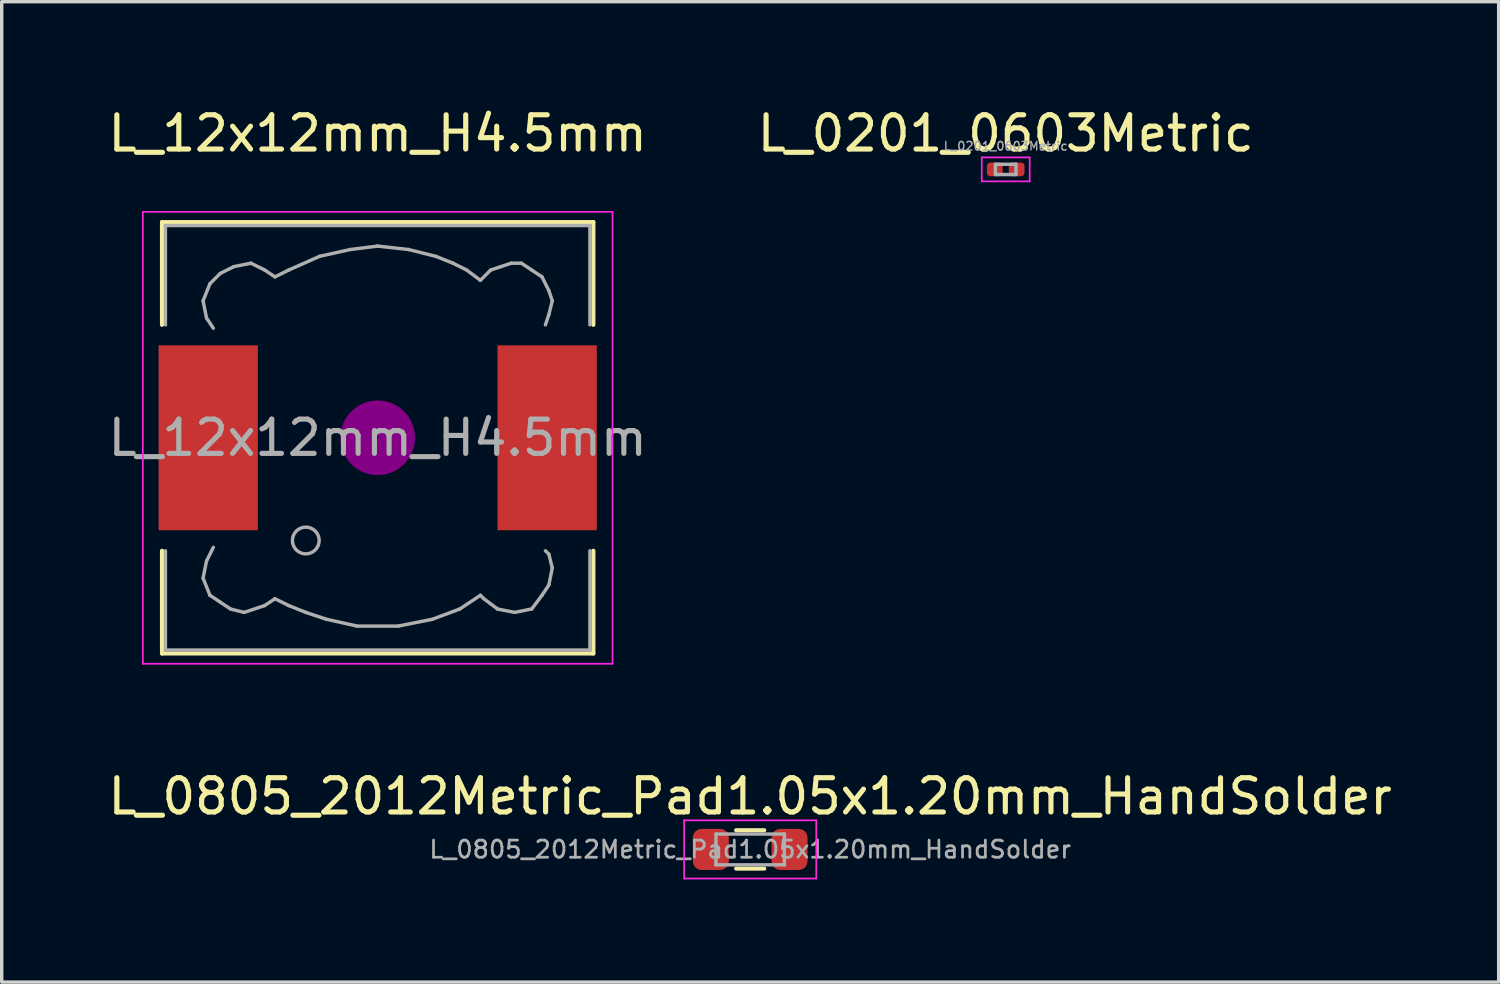
<source format=kicad_pcb>
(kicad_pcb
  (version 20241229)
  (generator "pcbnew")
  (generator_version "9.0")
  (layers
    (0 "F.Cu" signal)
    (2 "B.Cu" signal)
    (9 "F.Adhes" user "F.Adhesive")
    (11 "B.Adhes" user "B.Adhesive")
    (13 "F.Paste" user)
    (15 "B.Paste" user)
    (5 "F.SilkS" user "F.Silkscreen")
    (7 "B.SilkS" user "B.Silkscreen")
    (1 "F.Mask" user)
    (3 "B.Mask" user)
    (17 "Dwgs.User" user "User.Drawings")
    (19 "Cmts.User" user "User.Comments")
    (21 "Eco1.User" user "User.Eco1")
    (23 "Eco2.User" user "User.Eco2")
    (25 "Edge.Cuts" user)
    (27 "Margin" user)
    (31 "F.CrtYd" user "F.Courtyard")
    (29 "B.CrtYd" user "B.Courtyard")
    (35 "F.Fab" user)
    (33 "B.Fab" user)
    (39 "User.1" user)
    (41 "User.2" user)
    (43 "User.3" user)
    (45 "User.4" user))
  (footprint "L_12x12mm_H4.5mm"
    (layer "F.Cu")
    (at 7.982 9.738)
    (property "Reference" "L_12x12mm_H4.5mm" (at 0 -8.89 0) (layer "F.SilkS") (effects (font (size 1 1) (thickness 0.15))))
    (attr smd)
    (fp_line (start -6.3 -6.3) (end 6.3 -6.3) (stroke (width 0.12) (type solid)) (layer "F.SilkS"))
    (fp_line (start -6.3 -3.3) (end -6.3 -6.3) (stroke (width 0.12) (type solid)) (layer "F.SilkS"))
    (fp_line (start -6.3 6.3) (end -6.3 3.3) (stroke (width 0.12) (type solid)) (layer "F.SilkS"))
    (fp_line (start 6.3 -6.3) (end 6.3 -3.3) (stroke (width 0.12) (type solid)) (layer "F.SilkS"))
    (fp_line (start 6.3 3.3) (end 6.3 6.3) (stroke (width 0.12) (type solid)) (layer "F.SilkS"))
    (fp_line (start 6.3 6.3) (end -6.3 6.3) (stroke (width 0.12) (type solid)) (layer "F.SilkS"))
    (fp_circle (center 0 0) (end 0.15 0.15) (stroke (width 0.38) (type solid)) (fill no) (layer "F.Adhes"))
    (fp_circle (center 0 0) (end 0.55 0) (stroke (width 0.38) (type solid)) (fill no) (layer "F.Adhes"))
    (fp_circle (center 0 0) (end 0.9 0) (stroke (width 0.38) (type solid)) (fill no) (layer "F.Adhes"))
    (fp_line (start -6.86 -6.6) (end 6.86 -6.6) (stroke (width 0.05) (type solid)) (layer "F.CrtYd"))
    (fp_line (start -6.86 6.6) (end -6.86 -6.6) (stroke (width 0.05) (type solid)) (layer "F.CrtYd"))
    (fp_line (start 6.86 -6.6) (end 6.86 6.6) (stroke (width 0.05) (type solid)) (layer "F.CrtYd"))
    (fp_line (start 6.86 6.6) (end -6.86 6.6) (stroke (width 0.05) (type solid)) (layer "F.CrtYd"))
    (fp_line (start -6.2 -6.2) (end -6.2 -3.3) (stroke (width 0.1) (type solid)) (layer "F.Fab"))
    (fp_line (start -6.2 3.3) (end -6.2 6.2) (stroke (width 0.1) (type solid)) (layer "F.Fab"))
    (fp_line (start -6.2 6.2) (end 6.2 6.2) (stroke (width 0.1) (type solid)) (layer "F.Fab"))
    (fp_line (start -5.1 -4) (end -5 -3.5) (stroke (width 0.1) (type solid)) (layer "F.Fab"))
    (fp_line (start -5.1 4.1) (end -5 3.6) (stroke (width 0.1) (type solid)) (layer "F.Fab"))
    (fp_line (start -5 -3.5) (end -4.8 -3.2) (stroke (width 0.1) (type solid)) (layer "F.Fab"))
    (fp_line (start -5 3.6) (end -4.8 3.2) (stroke (width 0.1) (type solid)) (layer "F.Fab"))
    (fp_line (start -4.9 -4.5) (end -5.1 -4) (stroke (width 0.1) (type solid)) (layer "F.Fab"))
    (fp_line (start -4.9 4.6) (end -5.1 4.1) (stroke (width 0.1) (type solid)) (layer "F.Fab"))
    (fp_line (start -4.6 -4.8) (end -4.9 -4.5) (stroke (width 0.1) (type solid)) (layer "F.Fab"))
    (fp_line (start -4.6 4.8) (end -4.9 4.6) (stroke (width 0.1) (type solid)) (layer "F.Fab"))
    (fp_line (start -4.3 5) (end -4.6 4.8) (stroke (width 0.1) (type solid)) (layer "F.Fab"))
    (fp_line (start -4.2 -5) (end -4.6 -4.8) (stroke (width 0.1) (type solid)) (layer "F.Fab"))
    (fp_line (start -3.9 5.1) (end -4.3 5) (stroke (width 0.1) (type solid)) (layer "F.Fab"))
    (fp_line (start -3.7 -5.1) (end -4.2 -5) (stroke (width 0.1) (type solid)) (layer "F.Fab"))
    (fp_line (start -3.3 -4.9) (end -3.7 -5.1) (stroke (width 0.1) (type solid)) (layer "F.Fab"))
    (fp_line (start -3.3 4.9) (end -3.9 5.1) (stroke (width 0.1) (type solid)) (layer "F.Fab"))
    (fp_line (start -3 -4.7) (end -3.3 -4.9) (stroke (width 0.1) (type solid)) (layer "F.Fab"))
    (fp_line (start -3 4.7) (end -3.3 4.9) (stroke (width 0.1) (type solid)) (layer "F.Fab"))
    (fp_line (start -2.6 -4.9) (end -3 -4.7) (stroke (width 0.1) (type solid)) (layer "F.Fab"))
    (fp_line (start -2.6 4.9) (end -3 4.7) (stroke (width 0.1) (type solid)) (layer "F.Fab"))
    (fp_line (start -2.1 5.1) (end -2.6 4.9) (stroke (width 0.1) (type solid)) (layer "F.Fab"))
    (fp_line (start -1.7 -5.3) (end -2.6 -4.9) (stroke (width 0.1) (type solid)) (layer "F.Fab"))
    (fp_line (start -1.5 5.3) (end -2.1 5.1) (stroke (width 0.1) (type solid)) (layer "F.Fab"))
    (fp_line (start -0.8 -5.5) (end -1.7 -5.3) (stroke (width 0.1) (type solid)) (layer "F.Fab"))
    (fp_line (start -0.6 5.5) (end -1.5 5.3) (stroke (width 0.1) (type solid)) (layer "F.Fab"))
    (fp_line (start 0 -5.6) (end -0.8 -5.5) (stroke (width 0.1) (type solid)) (layer "F.Fab"))
    (fp_line (start 0.6 5.5) (end -0.6 5.5) (stroke (width 0.1) (type solid)) (layer "F.Fab"))
    (fp_line (start 0.9 -5.5) (end 0 -5.6) (stroke (width 0.1) (type solid)) (layer "F.Fab"))
    (fp_line (start 1.6 5.3) (end 0.6 5.5) (stroke (width 0.1) (type solid)) (layer "F.Fab"))
    (fp_line (start 1.7 -5.3) (end 0.9 -5.5) (stroke (width 0.1) (type solid)) (layer "F.Fab"))
    (fp_line (start 2.2 -5.1) (end 1.7 -5.3) (stroke (width 0.1) (type solid)) (layer "F.Fab"))
    (fp_line (start 2.4 5) (end 1.6 5.3) (stroke (width 0.1) (type solid)) (layer "F.Fab"))
    (fp_line (start 2.6 -4.9) (end 2.2 -5.1) (stroke (width 0.1) (type solid)) (layer "F.Fab"))
    (fp_line (start 3 -4.6) (end 2.6 -4.9) (stroke (width 0.1) (type solid)) (layer "F.Fab"))
    (fp_line (start 3 4.6) (end 2.4 5) (stroke (width 0.1) (type solid)) (layer "F.Fab"))
    (fp_line (start 3.1 4.7) (end 3 4.6) (stroke (width 0.1) (type solid)) (layer "F.Fab"))
    (fp_line (start 3.3 -4.9) (end 3 -4.6) (stroke (width 0.1) (type solid)) (layer "F.Fab"))
    (fp_line (start 3.5 5) (end 3.1 4.7) (stroke (width 0.1) (type solid)) (layer "F.Fab"))
    (fp_line (start 3.6 -5) (end 3.3 -4.9) (stroke (width 0.1) (type solid)) (layer "F.Fab"))
    (fp_line (start 3.9 -5.1) (end 3.6 -5) (stroke (width 0.1) (type solid)) (layer "F.Fab"))
    (fp_line (start 4 5.1) (end 3.5 5) (stroke (width 0.1) (type solid)) (layer "F.Fab"))
    (fp_line (start 4.2 -5.1) (end 3.9 -5.1) (stroke (width 0.1) (type solid)) (layer "F.Fab"))
    (fp_line (start 4.5 -4.9) (end 4.2 -5.1) (stroke (width 0.1) (type solid)) (layer "F.Fab"))
    (fp_line (start 4.5 5) (end 4 5.1) (stroke (width 0.1) (type solid)) (layer "F.Fab"))
    (fp_line (start 4.8 -4.7) (end 4.5 -4.9) (stroke (width 0.1) (type solid)) (layer "F.Fab"))
    (fp_line (start 4.8 4.6) (end 4.5 5) (stroke (width 0.1) (type solid)) (layer "F.Fab"))
    (fp_line (start 4.9 -3.3) (end 5 -3.6) (stroke (width 0.1) (type solid)) (layer "F.Fab"))
    (fp_line (start 4.9 3.3) (end 5 3.4) (stroke (width 0.1) (type solid)) (layer "F.Fab"))
    (fp_line (start 5 -4.3) (end 4.8 -4.7) (stroke (width 0.1) (type solid)) (layer "F.Fab"))
    (fp_line (start 5 -3.6) (end 5.1 -4) (stroke (width 0.1) (type solid)) (layer "F.Fab"))
    (fp_line (start 5 3.4) (end 5.1 3.8) (stroke (width 0.1) (type solid)) (layer "F.Fab"))
    (fp_line (start 5 4.3) (end 4.8 4.6) (stroke (width 0.1) (type solid)) (layer "F.Fab"))
    (fp_line (start 5.1 -4) (end 5 -4.3) (stroke (width 0.1) (type solid)) (layer "F.Fab"))
    (fp_line (start 5.1 3.8) (end 5 4.3) (stroke (width 0.1) (type solid)) (layer "F.Fab"))
    (fp_line (start 6.2 -6.2) (end -6.2 -6.2) (stroke (width 0.1) (type solid)) (layer "F.Fab"))
    (fp_line (start 6.2 -6.2) (end 6.2 -3.3) (stroke (width 0.1) (type solid)) (layer "F.Fab"))
    (fp_line (start 6.2 6.2) (end 6.2 3.3) (stroke (width 0.1) (type solid)) (layer "F.Fab"))
    (fp_circle (center -2.1 3) (end -1.8 3.25) (stroke (width 0.1) (type solid)) (fill no) (layer "F.Fab"))
    (fp_text user "${REFERENCE}" (at 0 0 0) (layer "F.Fab") (effects (font (size 1 1) (thickness 0.15))))
    (pad "1" smd rect (at -4.95 0) (size 2.9 5.4) (layers "F.Cu" "F.Mask" "F.Paste"))
    (pad "2" smd rect (at 4.95 0) (size 2.9 5.4) (layers "F.Cu" "F.Mask" "F.Paste")))
  (footprint "L_0805_2012Metric_Pad1.05x1.20mm_HandSolder"
    (layer "F.Cu")
    (at 18.863 21.762)
    (property "Reference" "L_0805_2012Metric_Pad1.05x1.20mm_HandSolder" (at 0 -1.55 0) (layer "F.SilkS") (effects (font (size 1 1) (thickness 0.15))))
    (attr smd)
    (fp_line (start -0.41 -0.56) (end 0.41 -0.56) (stroke (width 0.12) (type solid)) (layer "F.SilkS"))
    (fp_line (start -0.41 0.56) (end 0.41 0.56) (stroke (width 0.12) (type solid)) (layer "F.SilkS"))
    (fp_line (start -1.93 -0.85) (end 1.93 -0.85) (stroke (width 0.05) (type solid)) (layer "F.CrtYd"))
    (fp_line (start -1.93 0.85) (end -1.93 -0.85) (stroke (width 0.05) (type solid)) (layer "F.CrtYd"))
    (fp_line (start 1.93 -0.85) (end 1.93 0.85) (stroke (width 0.05) (type solid)) (layer "F.CrtYd"))
    (fp_line (start 1.93 0.85) (end -1.93 0.85) (stroke (width 0.05) (type solid)) (layer "F.CrtYd"))
    (fp_line (start -1 -0.45) (end 1 -0.45) (stroke (width 0.1) (type solid)) (layer "F.Fab"))
    (fp_line (start -1 0.45) (end -1 -0.45) (stroke (width 0.1) (type solid)) (layer "F.Fab"))
    (fp_line (start 1 -0.45) (end 1 0.45) (stroke (width 0.1) (type solid)) (layer "F.Fab"))
    (fp_line (start 1 0.45) (end -1 0.45) (stroke (width 0.1) (type solid)) (layer "F.Fab"))
    (fp_text user "${REFERENCE}" (at 0 0 0) (layer "F.Fab") (effects (font (size 0.5 0.5) (thickness 0.08))))
    (pad "1" smd roundrect (at -1.15 0) (size 1.05 1.2) (layers "F.Cu" "F.Mask" "F.Paste") (roundrect_rratio 0.238))
    (pad "2" smd roundrect (at 1.15 0) (size 1.05 1.2) (layers "F.Cu" "F.Mask" "F.Paste") (roundrect_rratio 0.238)))
  (footprint "L_0201_0603Metric"
    (layer "F.Cu")
    (at 26.327 1.898)
    (property "Reference" "L_0201_0603Metric" (at 0 -1.05 0) (layer "F.SilkS") (effects (font (size 1 1) (thickness 0.15))))
    (attr smd)
    (fp_line (start -0.7 -0.35) (end 0.7 -0.35) (stroke (width 0.05) (type solid)) (layer "F.CrtYd"))
    (fp_line (start -0.7 0.35) (end -0.7 -0.35) (stroke (width 0.05) (type solid)) (layer "F.CrtYd"))
    (fp_line (start 0.7 -0.35) (end 0.7 0.35) (stroke (width 0.05) (type solid)) (layer "F.CrtYd"))
    (fp_line (start 0.7 0.35) (end -0.7 0.35) (stroke (width 0.05) (type solid)) (layer "F.CrtYd"))
    (fp_line (start -0.3 -0.15) (end 0.3 -0.15) (stroke (width 0.1) (type solid)) (layer "F.Fab"))
    (fp_line (start -0.3 0.15) (end -0.3 -0.15) (stroke (width 0.1) (type solid)) (layer "F.Fab"))
    (fp_line (start 0.3 -0.15) (end 0.3 0.15) (stroke (width 0.1) (type solid)) (layer "F.Fab"))
    (fp_line (start 0.3 0.15) (end -0.3 0.15) (stroke (width 0.1) (type solid)) (layer "F.Fab"))
    (fp_text user "${REFERENCE}" (at 0 -0.68 0) (layer "F.Fab") (effects (font (size 0.25 0.25) (thickness 0.04))))
    (pad "" smd roundrect (at -0.345 0) (size 0.318 0.36) (layers "F.Paste") (roundrect_rratio 0.25))
    (pad "" smd roundrect (at 0.345 0) (size 0.318 0.36) (layers "F.Paste") (roundrect_rratio 0.25))
    (pad "1" smd roundrect (at -0.32 0) (size 0.46 0.4) (layers "F.Cu" "F.Mask") (roundrect_rratio 0.25))
    (pad "2" smd roundrect (at 0.32 0) (size 0.46 0.4) (layers "F.Cu" "F.Mask") (roundrect_rratio 0.25)))
  (gr_rect
    (start -3 -3)
    (end 40.726 25.637)
    (stroke (width 0.1) (type default))
    (fill no)
    (layer "Edge.Cuts")))
</source>
